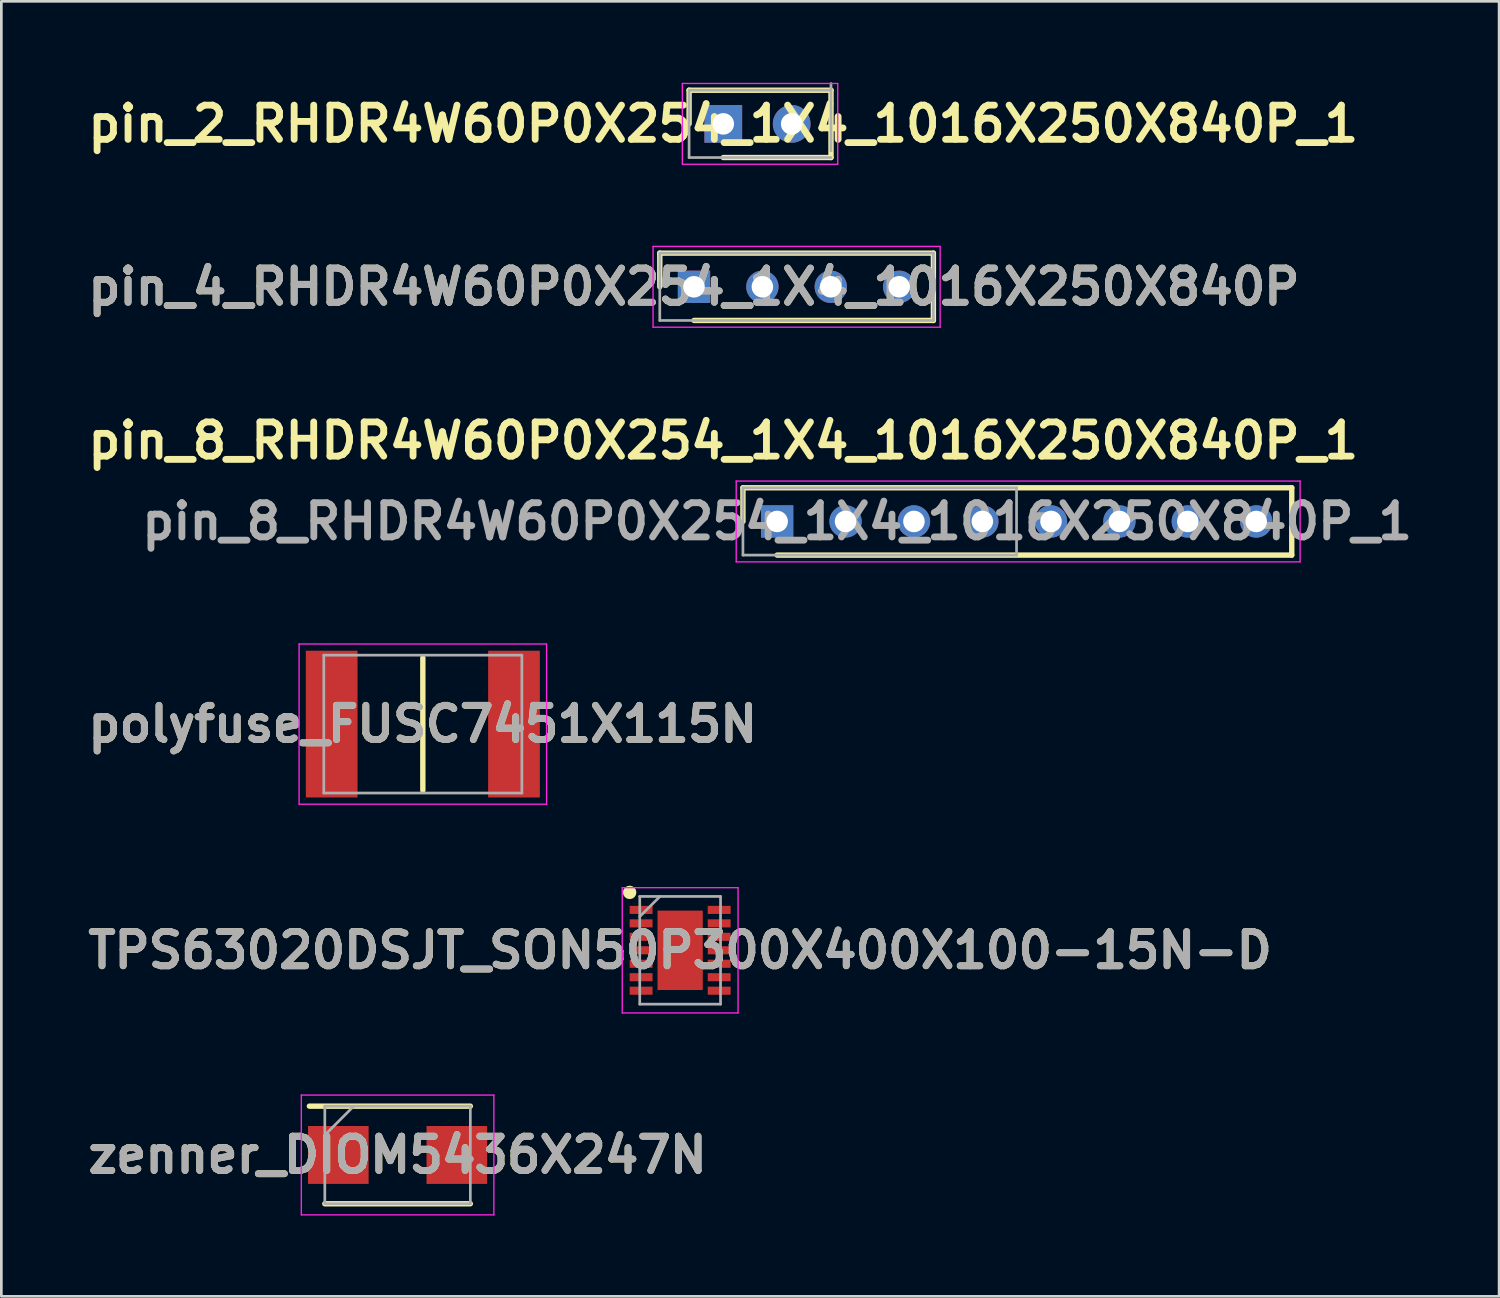
<source format=kicad_pcb>
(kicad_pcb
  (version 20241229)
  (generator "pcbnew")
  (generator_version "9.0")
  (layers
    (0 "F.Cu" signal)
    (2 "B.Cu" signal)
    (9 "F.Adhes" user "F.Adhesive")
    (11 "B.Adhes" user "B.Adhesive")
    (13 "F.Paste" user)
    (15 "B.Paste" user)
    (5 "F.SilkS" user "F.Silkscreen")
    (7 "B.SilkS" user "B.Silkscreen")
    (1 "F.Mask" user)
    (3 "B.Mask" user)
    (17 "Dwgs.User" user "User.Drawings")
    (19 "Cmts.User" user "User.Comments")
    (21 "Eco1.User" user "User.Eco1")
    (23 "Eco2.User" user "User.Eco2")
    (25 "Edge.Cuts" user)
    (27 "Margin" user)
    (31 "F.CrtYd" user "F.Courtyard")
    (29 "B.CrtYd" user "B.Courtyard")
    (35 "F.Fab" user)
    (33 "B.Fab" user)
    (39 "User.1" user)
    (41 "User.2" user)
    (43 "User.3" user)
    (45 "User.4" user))
  (footprint "pin_2_RHDR4W60P0X254_1X4_1016X250X840P_1"
    (layer "F.Cu")
    (at 23.809 1.55)
    (property "Reference" "pin_2_RHDR4W60P0X254_1X4_1016X250X840P_1" (at 0 0 0) (layer "F.SilkS") (effects (font (size 1.27 1.27) (thickness 0.254))))
    (attr through_hole)
    (fp_line (start -1.27 -1.25) (end -1.27 0) (stroke (width 0.2) (type solid)) (layer "F.SilkS"))
    (fp_line (start 0 1.25) (end 4 1.25) (stroke (width 0.2) (type solid)) (layer "F.SilkS"))
    (fp_line (start 4 -1.25) (end -1.27 -1.25) (stroke (width 0.2) (type solid)) (layer "F.SilkS"))
    (fp_line (start 4 1.25) (end 4 -1.25) (stroke (width 0.2) (type solid)) (layer "F.SilkS"))
    (fp_line (start -1.52 -1.5) (end 4.25 -1.5) (stroke (width 0.05) (type solid)) (layer "F.CrtYd"))
    (fp_line (start -1.52 1.5) (end -1.52 -1.5) (stroke (width 0.05) (type solid)) (layer "F.CrtYd"))
    (fp_line (start 4.25 -1.5) (end 4.25 1.5) (stroke (width 0.05) (type solid)) (layer "F.CrtYd"))
    (fp_line (start 4.25 1.5) (end -1.52 1.5) (stroke (width 0.05) (type solid)) (layer "F.CrtYd"))
    (fp_line (start -1.27 -1.25) (end 4 -1.25) (stroke (width 0.1) (type solid)) (layer "F.Fab"))
    (fp_line (start -1.27 1.25) (end -1.27 -1.25) (stroke (width 0.1) (type solid)) (layer "F.Fab"))
    (fp_line (start 4 -1.5) (end 4 1) (stroke (width 0.1) (type solid)) (layer "F.Fab"))
    (fp_line (start 4 1.25) (end -1.27 1.25) (stroke (width 0.1) (type solid)) (layer "F.Fab"))
    (pad "1" thru_hole rect (at 0 0) (size 1.4 1.4) (drill 0.8) (layers "*.Cu" "*.Mask"))
    (pad "2" thru_hole circle (at 2.54 0) (size 1.4 1.4) (drill 0.8) (layers "*.Cu" "*.Mask")))
  (footprint "pin_8_RHDR4W60P0X254_1X4_1016X250X840P_1"
    (layer "F.Cu")
    (at 25.809 16.314)
    (property "Reference" "pin_8_RHDR4W60P0X254_1X4_1016X250X840P_1" (at -2 -3 0) (layer "F.SilkS") (effects (font (size 1.27 1.27) (thickness 0.254))))
    (attr through_hole)
    (fp_line (start -1.27 -1.25) (end -1.27 0) (stroke (width 0.2) (type solid)) (layer "F.SilkS"))
    (fp_line (start 0 1.25) (end 19.11 1.25) (stroke (width 0.2) (type solid)) (layer "F.SilkS"))
    (fp_line (start 19.11 -1.25) (end -1.27 -1.25) (stroke (width 0.2) (type solid)) (layer "F.SilkS"))
    (fp_line (start 19.11 1.25) (end 19.11 -1.25) (stroke (width 0.2) (type solid)) (layer "F.SilkS"))
    (fp_line (start -1.52 -1.5) (end 19.42 -1.5) (stroke (width 0.05) (type solid)) (layer "F.CrtYd"))
    (fp_line (start -1.52 1.5) (end -1.52 -1.5) (stroke (width 0.05) (type solid)) (layer "F.CrtYd"))
    (fp_line (start 19.42 -1.5) (end 19.42 1.5) (stroke (width 0.05) (type solid)) (layer "F.CrtYd"))
    (fp_line (start 19.42 1.5) (end -1.52 1.5) (stroke (width 0.05) (type solid)) (layer "F.CrtYd"))
    (fp_line (start -1.27 -1.25) (end 8.89 -1.25) (stroke (width 0.1) (type solid)) (layer "F.Fab"))
    (fp_line (start -1.27 1.25) (end -1.27 -1.25) (stroke (width 0.1) (type solid)) (layer "F.Fab"))
    (fp_line (start 8.89 -1.25) (end 8.89 1.25) (stroke (width 0.1) (type solid)) (layer "F.Fab"))
    (fp_line (start 8.89 1.25) (end -1.27 1.25) (stroke (width 0.1) (type solid)) (layer "F.Fab"))
    (fp_text user "${REFERENCE}" (at 0 0 0) (layer "F.Fab") (effects (font (size 1.27 1.27) (thickness 0.254))))
    (pad "1" thru_hole rect (at 0 0) (size 1.2 1.2) (drill 0.8) (layers "*.Cu" "*.Mask"))
    (pad "2" thru_hole circle (at 2.54 0) (size 1.2 1.2) (drill 0.8) (layers "*.Cu" "*.Mask"))
    (pad "3" thru_hole circle (at 5.08 0) (size 1.2 1.2) (drill 0.8) (layers "*.Cu" "*.Mask"))
    (pad "4" thru_hole circle (at 7.62 0) (size 1.2 1.2) (drill 0.8) (layers "*.Cu" "*.Mask"))
    (pad "5" thru_hole oval (at 10.17 0) (size 1.2 1.2) (drill 0.8) (layers "*.Cu" "*.Mask"))
    (pad "6" thru_hole circle (at 12.71 0) (size 1.2 1.2) (drill 0.8) (layers "*.Cu" "*.Mask"))
    (pad "7" thru_hole circle (at 15.25 0) (size 1.2 1.2) (drill 0.8) (layers "*.Cu" "*.Mask"))
    (pad "8" thru_hole circle (at 17.79 0) (size 1.2 1.2) (drill 0.8) (layers "*.Cu" "*.Mask")))
  (footprint "polyfuse_FUSC7451X115N"
    (layer "F.Cu")
    (at 12.652 23.839)
    (property "Reference" "polyfuse_FUSC7451X115N" (at 0 0 0) (layer "F.SilkS") (effects (font (size 1.27 1.27) (thickness 0.254))))
    (attr smd)
    (fp_line (start 0 -2.46) (end 0 2.46) (stroke (width 0.2) (type solid)) (layer "F.SilkS"))
    (fp_line (start -4.595 -2.975) (end 4.595 -2.975) (stroke (width 0.05) (type solid)) (layer "F.CrtYd"))
    (fp_line (start -4.595 2.975) (end -4.595 -2.975) (stroke (width 0.05) (type solid)) (layer "F.CrtYd"))
    (fp_line (start 4.595 -2.975) (end 4.595 2.975) (stroke (width 0.05) (type solid)) (layer "F.CrtYd"))
    (fp_line (start 4.595 2.975) (end -4.595 2.975) (stroke (width 0.05) (type solid)) (layer "F.CrtYd"))
    (fp_line (start -3.678 -2.56) (end 3.678 -2.56) (stroke (width 0.1) (type solid)) (layer "F.Fab"))
    (fp_line (start -3.678 2.56) (end -3.678 -2.56) (stroke (width 0.1) (type solid)) (layer "F.Fab"))
    (fp_line (start 3.678 -2.56) (end 3.678 2.56) (stroke (width 0.1) (type solid)) (layer "F.Fab"))
    (fp_line (start 3.678 2.56) (end -3.678 2.56) (stroke (width 0.1) (type solid)) (layer "F.Fab"))
    (fp_text user "${REFERENCE}" (at 0 0 0) (layer "F.Fab") (effects (font (size 1.27 1.27) (thickness 0.254))))
    (pad "1" smd rect (at -3.385 0) (size 1.92 5.45) (layers "F.Cu" "F.Mask" "F.Paste"))
    (pad "2" smd rect (at 3.385 0) (size 1.92 5.45) (layers "F.Cu" "F.Mask" "F.Paste")))
  (footprint "zenner_DIOM5436X247N"
    (layer "F.Cu")
    (at 11.714 39.839)
    (property "Reference" "zenner_DIOM5436X247N" (at 0 0 0) (layer "F.SilkS") (effects (font (size 1.27 1.27) (thickness 0.254))))
    (attr smd)
    (fp_line (start -2.702 1.812) (end 2.702 1.812) (stroke (width 0.2) (type solid)) (layer "F.SilkS"))
    (fp_line (start 2.702 -1.812) (end -3.275 -1.812) (stroke (width 0.2) (type solid)) (layer "F.SilkS"))
    (fp_line (start -3.575 -2.225) (end 3.575 -2.225) (stroke (width 0.05) (type solid)) (layer "F.CrtYd"))
    (fp_line (start -3.575 2.225) (end -3.575 -2.225) (stroke (width 0.05) (type solid)) (layer "F.CrtYd"))
    (fp_line (start 3.575 -2.225) (end 3.575 2.225) (stroke (width 0.05) (type solid)) (layer "F.CrtYd"))
    (fp_line (start 3.575 2.225) (end -3.575 2.225) (stroke (width 0.05) (type solid)) (layer "F.CrtYd"))
    (fp_line (start -2.702 -1.812) (end 2.702 -1.812) (stroke (width 0.1) (type solid)) (layer "F.Fab"))
    (fp_line (start -2.702 -0.738) (end -1.628 -1.812) (stroke (width 0.1) (type solid)) (layer "F.Fab"))
    (fp_line (start -2.702 1.812) (end -2.702 -1.812) (stroke (width 0.1) (type solid)) (layer "F.Fab"))
    (fp_line (start 2.702 -1.812) (end 2.702 1.812) (stroke (width 0.1) (type solid)) (layer "F.Fab"))
    (fp_line (start 2.702 1.812) (end -2.702 1.812) (stroke (width 0.1) (type solid)) (layer "F.Fab"))
    (fp_text user "${REFERENCE}" (at 0 0 0) (layer "F.Fab") (effects (font (size 1.27 1.27) (thickness 0.254))))
    (pad "1" smd rect (at -2.2 0 90) (size 2.15 2.25) (layers "F.Cu" "F.Mask" "F.Paste"))
    (pad "2" smd rect (at 2.2 0 90) (size 2.15 2.25) (layers "F.Cu" "F.Mask" "F.Paste")))
  (footprint "pin_4_RHDR4W60P0X254_1X4_1016X250X840P"
    (layer "F.Cu")
    (at 22.721 7.6)
    (property "Reference" "pin_4_RHDR4W60P0X254_1X4_1016X250X840P" (at 0 0 0) (layer "F.SilkS") (effects (font (size 1.27 1.27) (thickness 0.254))))
    (attr through_hole)
    (fp_line (start -1.27 -1.25) (end -1.27 0) (stroke (width 0.2) (type solid)) (layer "F.SilkS"))
    (fp_line (start 0 1.25) (end 8.89 1.25) (stroke (width 0.2) (type solid)) (layer "F.SilkS"))
    (fp_line (start 8.89 -1.25) (end -1.27 -1.25) (stroke (width 0.2) (type solid)) (layer "F.SilkS"))
    (fp_line (start 8.89 1.25) (end 8.89 -1.25) (stroke (width 0.2) (type solid)) (layer "F.SilkS"))
    (fp_line (start -1.52 -1.5) (end 9.14 -1.5) (stroke (width 0.05) (type solid)) (layer "F.CrtYd"))
    (fp_line (start -1.52 1.5) (end -1.52 -1.5) (stroke (width 0.05) (type solid)) (layer "F.CrtYd"))
    (fp_line (start 9.14 -1.5) (end 9.14 1.5) (stroke (width 0.05) (type solid)) (layer "F.CrtYd"))
    (fp_line (start 9.14 1.5) (end -1.52 1.5) (stroke (width 0.05) (type solid)) (layer "F.CrtYd"))
    (fp_line (start -1.27 -1.25) (end 8.89 -1.25) (stroke (width 0.1) (type solid)) (layer "F.Fab"))
    (fp_line (start -1.27 1.25) (end -1.27 -1.25) (stroke (width 0.1) (type solid)) (layer "F.Fab"))
    (fp_line (start 8.89 -1.25) (end 8.89 1.25) (stroke (width 0.1) (type solid)) (layer "F.Fab"))
    (fp_line (start 8.89 1.25) (end -1.27 1.25) (stroke (width 0.1) (type solid)) (layer "F.Fab"))
    (fp_text user "${REFERENCE}" (at 0 0 0) (layer "F.Fab") (effects (font (size 1.27 1.27) (thickness 0.254))))
    (pad "1" thru_hole rect (at 0 0) (size 1.2 1.2) (drill 0.8) (layers "*.Cu" "*.Mask"))
    (pad "2" thru_hole circle (at 2.54 0) (size 1.2 1.2) (drill 0.8) (layers "*.Cu" "*.Mask"))
    (pad "3" thru_hole circle (at 5.08 0) (size 1.2 1.2) (drill 0.8) (layers "*.Cu" "*.Mask"))
    (pad "4" thru_hole circle (at 7.62 0) (size 1.2 1.2) (drill 0.8) (layers "*.Cu" "*.Mask")))
  (footprint "TPS63020DSJT_SON50P300X400X100-15N-D"
    (layer "F.Cu")
    (at 22.207 32.239)
    (property "Reference" "TPS63020DSJT_SON50P300X400X100-15N-D" (at 0 0 0) (layer "F.SilkS") (effects (font (size 1.27 1.27) (thickness 0.254))))
    (attr smd)
    (fp_circle (center -1.875 -2.15) (end -1.875 -2.025) (stroke (width 0.25) (type solid)) (fill no) (layer "F.SilkS"))
    (fp_line (start -2.15 -2.325) (end 2.15 -2.325) (stroke (width 0.05) (type solid)) (layer "F.CrtYd"))
    (fp_line (start -2.15 2.325) (end -2.15 -2.325) (stroke (width 0.05) (type solid)) (layer "F.CrtYd"))
    (fp_line (start 2.15 -2.325) (end 2.15 2.325) (stroke (width 0.05) (type solid)) (layer "F.CrtYd"))
    (fp_line (start 2.15 2.325) (end -2.15 2.325) (stroke (width 0.05) (type solid)) (layer "F.CrtYd"))
    (fp_line (start -1.5 -2) (end 1.5 -2) (stroke (width 0.1) (type solid)) (layer "F.Fab"))
    (fp_line (start -1.5 -1.25) (end -0.75 -2) (stroke (width 0.1) (type solid)) (layer "F.Fab"))
    (fp_line (start -1.5 2) (end -1.5 -2) (stroke (width 0.1) (type solid)) (layer "F.Fab"))
    (fp_line (start 1.5 -2) (end 1.5 2) (stroke (width 0.1) (type solid)) (layer "F.Fab"))
    (fp_line (start 1.5 2) (end -1.5 2) (stroke (width 0.1) (type solid)) (layer "F.Fab"))
    (fp_text user "${REFERENCE}" (at 0 0 0) (layer "F.Fab") (effects (font (size 1.27 1.27) (thickness 0.254))))
    (pad "1" smd rect (at -1.45 -1.5 90) (size 0.3 0.85) (layers "F.Cu" "F.Mask" "F.Paste"))
    (pad "2" smd rect (at -1.45 -1 90) (size 0.3 0.85) (layers "F.Cu" "F.Mask" "F.Paste"))
    (pad "3" smd rect (at -1.45 -0.5 90) (size 0.3 0.85) (layers "F.Cu" "F.Mask" "F.Paste"))
    (pad "4" smd rect (at -1.45 0 90) (size 0.3 0.85) (layers "F.Cu" "F.Mask" "F.Paste"))
    (pad "5" smd rect (at -1.45 0.5 90) (size 0.3 0.85) (layers "F.Cu" "F.Mask" "F.Paste"))
    (pad "6" smd rect (at -1.45 1 90) (size 0.3 0.85) (layers "F.Cu" "F.Mask" "F.Paste"))
    (pad "7" smd rect (at -1.45 1.5 90) (size 0.3 0.85) (layers "F.Cu" "F.Mask" "F.Paste"))
    (pad "8" smd rect (at 1.45 1.5 90) (size 0.3 0.85) (layers "F.Cu" "F.Mask" "F.Paste"))
    (pad "9" smd rect (at 1.45 1 90) (size 0.3 0.85) (layers "F.Cu" "F.Mask" "F.Paste"))
    (pad "10" smd rect (at 1.45 0.5 90) (size 0.3 0.85) (layers "F.Cu" "F.Mask" "F.Paste"))
    (pad "11" smd rect (at 1.45 0 90) (size 0.3 0.85) (layers "F.Cu" "F.Mask" "F.Paste"))
    (pad "12" smd rect (at 1.45 -0.5 90) (size 0.3 0.85) (layers "F.Cu" "F.Mask" "F.Paste"))
    (pad "13" smd rect (at 1.45 -1 90) (size 0.3 0.85) (layers "F.Cu" "F.Mask" "F.Paste"))
    (pad "14" smd rect (at 1.45 -1.5 90) (size 0.3 0.85) (layers "F.Cu" "F.Mask" "F.Paste"))
    (pad "15" smd rect (at 0 0) (size 1.68 2.95) (layers "F.Cu" "F.Mask" "F.Paste")))
  (gr_rect
    (start -3 -3)
    (end 52.619 45.089)
    (stroke (width 0.1) (type default))
    (fill no)
    (layer "Edge.Cuts")))
</source>
